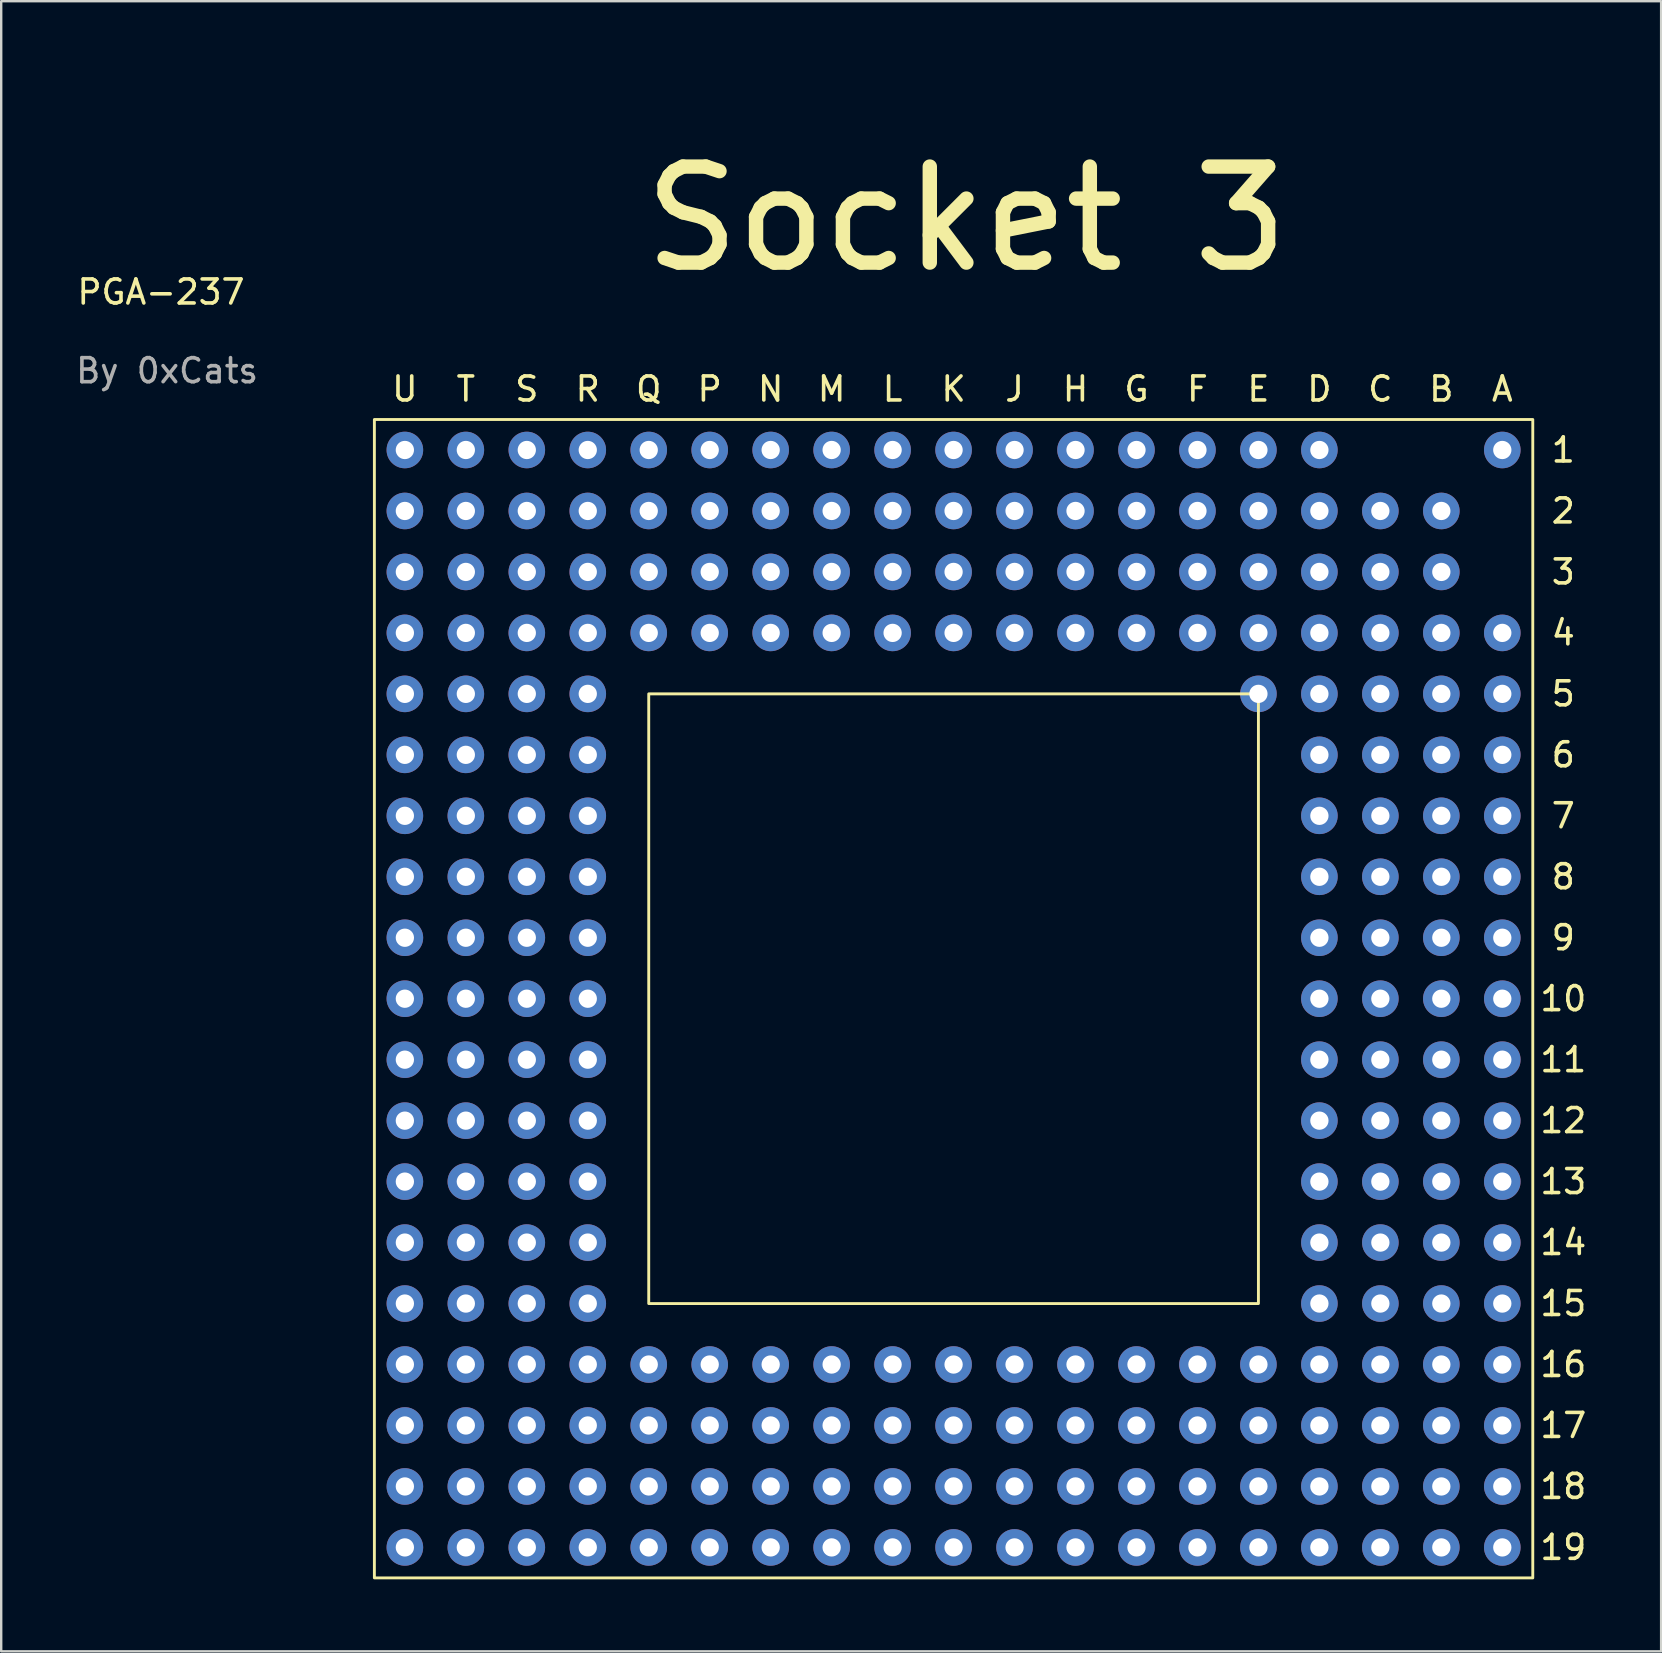
<source format=kicad_pcb>
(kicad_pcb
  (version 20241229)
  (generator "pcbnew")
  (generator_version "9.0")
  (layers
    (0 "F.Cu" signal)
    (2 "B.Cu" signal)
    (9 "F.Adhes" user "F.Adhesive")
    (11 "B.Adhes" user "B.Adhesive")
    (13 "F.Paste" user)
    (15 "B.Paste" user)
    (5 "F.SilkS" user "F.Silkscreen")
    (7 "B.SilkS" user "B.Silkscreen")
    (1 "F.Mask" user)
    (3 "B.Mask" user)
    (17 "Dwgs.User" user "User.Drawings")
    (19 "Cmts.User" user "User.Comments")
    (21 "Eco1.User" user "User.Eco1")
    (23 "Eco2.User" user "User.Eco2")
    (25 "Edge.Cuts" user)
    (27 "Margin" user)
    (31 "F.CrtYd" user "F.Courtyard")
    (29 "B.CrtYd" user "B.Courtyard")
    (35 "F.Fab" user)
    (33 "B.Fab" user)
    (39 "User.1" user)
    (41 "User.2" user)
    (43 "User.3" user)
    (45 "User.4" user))
  (footprint "PGA-237"
    (layer "F.Cu")
    (at 13.817 15.697)
    (property "Reference" "PGA-237" (at -10.16 -6.58 0) (unlocked yes) (layer "F.SilkS") (effects (font (size 1 1) (thickness 0.15))))
    (attr through_hole)
    (fp_rect (start -1.27 -1.27) (end 46.99 46.99) (stroke (width 0.12) (type solid)) (fill no) (layer "F.SilkS"))
    (fp_rect (start 10.16 10.16) (end 35.56 35.56) (stroke (width 0.12) (type solid)) (fill no) (layer "F.SilkS"))
    (fp_text user "5" (at 48.26 10.16 0) (unlocked yes) (layer "F.SilkS") (effects (font (size 1 1) (thickness 0.15))))
    (fp_text user "Socket 3" (at 23.393 -9.627 180) (layer "F.SilkS") (effects (font (size 4 4) (thickness 0.6))))
    (fp_text user "H" (at 27.94 -2.54 0) (unlocked yes) (layer "F.SilkS") (effects (font (size 1 1) (thickness 0.15))))
    (fp_text user "13" (at 48.26 30.48 0) (unlocked yes) (layer "F.SilkS") (effects (font (size 1 1) (thickness 0.15))))
    (fp_text user "18" (at 48.26 43.18 0) (unlocked yes) (layer "F.SilkS") (effects (font (size 1 1) (thickness 0.15))))
    (fp_text user "4" (at 48.26 7.62 0) (unlocked yes) (layer "F.SilkS") (effects (font (size 1 1) (thickness 0.15))))
    (fp_text user "R" (at 7.62 -2.54 0) (unlocked yes) (layer "F.SilkS") (effects (font (size 1 1) (thickness 0.15))))
    (fp_text user "14" (at 48.26 33.02 0) (unlocked yes) (layer "F.SilkS") (effects (font (size 1 1) (thickness 0.15))))
    (fp_text user "S" (at 5.08 -2.54 0) (unlocked yes) (layer "F.SilkS") (effects (font (size 1 1) (thickness 0.15))))
    (fp_text user "1" (at 48.26 0 0) (unlocked yes) (layer "F.SilkS") (effects (font (size 1 1) (thickness 0.15))))
    (fp_text user "16" (at 48.26 38.1 0) (unlocked yes) (layer "F.SilkS") (effects (font (size 1 1) (thickness 0.15))))
    (fp_text user "3" (at 48.26 5.08 0) (unlocked yes) (layer "F.SilkS") (effects (font (size 1 1) (thickness 0.15))))
    (fp_text user "6" (at 48.26 12.7 0) (unlocked yes) (layer "F.SilkS") (effects (font (size 1 1) (thickness 0.15))))
    (fp_text user "U" (at 0 -2.54 0) (unlocked yes) (layer "F.SilkS") (effects (font (size 1 1) (thickness 0.15))))
    (fp_text user "Q" (at 10.16 -2.54 0) (unlocked yes) (layer "F.SilkS") (effects (font (size 1 1) (thickness 0.15))))
    (fp_text user "15" (at 48.26 35.56 0) (unlocked yes) (layer "F.SilkS") (effects (font (size 1 1) (thickness 0.15))))
    (fp_text user "10" (at 48.26 22.86 0) (unlocked yes) (layer "F.SilkS") (effects (font (size 1 1) (thickness 0.15))))
    (fp_text user "L" (at 20.32 -2.54 0) (unlocked yes) (layer "F.SilkS") (effects (font (size 1 1) (thickness 0.15))))
    (fp_text user "9" (at 48.26 20.32 0) (unlocked yes) (layer "F.SilkS") (effects (font (size 1 1) (thickness 0.15))))
    (fp_text user "M" (at 17.78 -2.54 0) (unlocked yes) (layer "F.SilkS") (effects (font (size 1 1) (thickness 0.15))))
    (fp_text user "P" (at 12.7 -2.54 0) (unlocked yes) (layer "F.SilkS") (effects (font (size 1 1) (thickness 0.15))))
    (fp_text user "E" (at 35.56 -2.54 0) (unlocked yes) (layer "F.SilkS") (effects (font (size 1 1) (thickness 0.15))))
    (fp_text user "8" (at 48.26 17.78 0) (unlocked yes) (layer "F.SilkS") (effects (font (size 1 1) (thickness 0.15))))
    (fp_text user "17" (at 48.26 40.64 0) (unlocked yes) (layer "F.SilkS") (effects (font (size 1 1) (thickness 0.15))))
    (fp_text user "12" (at 48.26 27.94 0) (unlocked yes) (layer "F.SilkS") (effects (font (size 1 1) (thickness 0.15))))
    (fp_text user "G" (at 30.48 -2.54 0) (unlocked yes) (layer "F.SilkS") (effects (font (size 1 1) (thickness 0.15))))
    (fp_text user "2" (at 48.26 2.54 0) (unlocked yes) (layer "F.SilkS") (effects (font (size 1 1) (thickness 0.15))))
    (fp_text user "19" (at 48.26 45.72 0) (unlocked yes) (layer "F.SilkS") (effects (font (size 1 1) (thickness 0.15))))
    (fp_text user "11" (at 48.26 25.4 0) (unlocked yes) (layer "F.SilkS") (effects (font (size 1 1) (thickness 0.15))))
    (fp_text user "K" (at 22.86 -2.54 0) (unlocked yes) (layer "F.SilkS") (effects (font (size 1 1) (thickness 0.15))))
    (fp_text user "D" (at 38.1 -2.54 0) (unlocked yes) (layer "F.SilkS") (effects (font (size 1 1) (thickness 0.15))))
    (fp_text user "N" (at 15.24 -2.54 0) (unlocked yes) (layer "F.SilkS") (effects (font (size 1 1) (thickness 0.15))))
    (fp_text user "C" (at 40.64 -2.54 0) (unlocked yes) (layer "F.SilkS") (effects (font (size 1 1) (thickness 0.15))))
    (fp_text user "T" (at 2.54 -2.54 0) (unlocked yes) (layer "F.SilkS") (effects (font (size 1 1) (thickness 0.15))))
    (fp_text user "J" (at 25.4 -2.54 0) (unlocked yes) (layer "F.SilkS") (effects (font (size 1 1) (thickness 0.15))))
    (fp_text user "A" (at 45.72 -2.54 0) (unlocked yes) (layer "F.SilkS") (effects (font (size 1 1) (thickness 0.15))))
    (fp_text user "B" (at 43.18 -2.54 0) (unlocked yes) (layer "F.SilkS") (effects (font (size 1 1) (thickness 0.15))))
    (fp_text user "F" (at 33.02 -2.54 0) (unlocked yes) (layer "F.SilkS") (effects (font (size 1 1) (thickness 0.15))))
    (fp_text user "7" (at 48.26 15.24 0) (unlocked yes) (layer "F.SilkS") (effects (font (size 1 1) (thickness 0.15))))
    (fp_text user "By 0xCats" (at -9.906 -3.302 0) (unlocked yes) (layer "F.Fab") (effects (font (size 1 1) (thickness 0.15))))
    (pad "A1" thru_hole circle (at 45.72 0) (size 1.524 1.524) (drill 0.762) (layers "*.Cu" "*.Mask"))
    (pad "A4" thru_hole circle (at 45.72 7.62) (size 1.524 1.524) (drill 0.762) (layers "*.Cu" "*.Mask"))
    (pad "A5" thru_hole circle (at 45.72 10.16) (size 1.524 1.524) (drill 0.762) (layers "*.Cu" "*.Mask"))
    (pad "A6" thru_hole circle (at 45.72 12.7) (size 1.524 1.524) (drill 0.762) (layers "*.Cu" "*.Mask"))
    (pad "A7" thru_hole circle (at 45.72 15.24) (size 1.524 1.524) (drill 0.762) (layers "*.Cu" "*.Mask"))
    (pad "A8" thru_hole circle (at 45.72 17.78) (size 1.524 1.524) (drill 0.762) (layers "*.Cu" "*.Mask"))
    (pad "A9" thru_hole circle (at 45.72 20.32) (size 1.524 1.524) (drill 0.762) (layers "*.Cu" "*.Mask"))
    (pad "A10" thru_hole circle (at 45.72 22.86) (size 1.524 1.524) (drill 0.762) (layers "*.Cu" "*.Mask"))
    (pad "A11" thru_hole circle (at 45.72 25.4) (size 1.524 1.524) (drill 0.762) (layers "*.Cu" "*.Mask"))
    (pad "A12" thru_hole circle (at 45.72 27.94) (size 1.524 1.524) (drill 0.762) (layers "*.Cu" "*.Mask"))
    (pad "A13" thru_hole circle (at 45.72 30.48) (size 1.524 1.524) (drill 0.762) (layers "*.Cu" "*.Mask"))
    (pad "A14" thru_hole circle (at 45.72 33.02) (size 1.524 1.524) (drill 0.762) (layers "*.Cu" "*.Mask"))
    (pad "A15" thru_hole circle (at 45.72 35.56) (size 1.524 1.524) (drill 0.762) (layers "*.Cu" "*.Mask"))
    (pad "A16" thru_hole circle (at 45.72 38.1) (size 1.524 1.524) (drill 0.762) (layers "*.Cu" "*.Mask"))
    (pad "A17" thru_hole circle (at 45.72 40.64) (size 1.524 1.524) (drill 0.762) (layers "*.Cu" "*.Mask"))
    (pad "A18" thru_hole circle (at 45.72 43.18) (size 1.524 1.524) (drill 0.762) (layers "*.Cu" "*.Mask"))
    (pad "A19" thru_hole circle (at 45.72 45.72) (size 1.524 1.524) (drill 0.762) (layers "*.Cu" "*.Mask"))
    (pad "B2" thru_hole circle (at 43.18 2.54) (size 1.524 1.524) (drill 0.762) (layers "*.Cu" "*.Mask"))
    (pad "B3" thru_hole circle (at 43.18 5.08) (size 1.524 1.524) (drill 0.762) (layers "*.Cu" "*.Mask"))
    (pad "B4" thru_hole circle (at 43.18 7.62) (size 1.524 1.524) (drill 0.762) (layers "*.Cu" "*.Mask"))
    (pad "B5" thru_hole circle (at 43.18 10.16) (size 1.524 1.524) (drill 0.762) (layers "*.Cu" "*.Mask"))
    (pad "B6" thru_hole circle (at 43.18 12.7) (size 1.524 1.524) (drill 0.762) (layers "*.Cu" "*.Mask"))
    (pad "B7" thru_hole circle (at 43.18 15.24) (size 1.524 1.524) (drill 0.762) (layers "*.Cu" "*.Mask"))
    (pad "B8" thru_hole circle (at 43.18 17.78) (size 1.524 1.524) (drill 0.762) (layers "*.Cu" "*.Mask"))
    (pad "B9" thru_hole circle (at 43.18 20.32) (size 1.524 1.524) (drill 0.762) (layers "*.Cu" "*.Mask"))
    (pad "B10" thru_hole circle (at 43.18 22.86) (size 1.524 1.524) (drill 0.762) (layers "*.Cu" "*.Mask"))
    (pad "B11" thru_hole circle (at 43.18 25.4) (size 1.524 1.524) (drill 0.762) (layers "*.Cu" "*.Mask"))
    (pad "B12" thru_hole circle (at 43.18 27.94) (size 1.524 1.524) (drill 0.762) (layers "*.Cu" "*.Mask"))
    (pad "B13" thru_hole circle (at 43.18 30.48) (size 1.524 1.524) (drill 0.762) (layers "*.Cu" "*.Mask"))
    (pad "B14" thru_hole circle (at 43.18 33.02) (size 1.524 1.524) (drill 0.762) (layers "*.Cu" "*.Mask"))
    (pad "B15" thru_hole circle (at 43.18 35.56) (size 1.524 1.524) (drill 0.762) (layers "*.Cu" "*.Mask"))
    (pad "B16" thru_hole circle (at 43.18 38.1) (size 1.524 1.524) (drill 0.762) (layers "*.Cu" "*.Mask"))
    (pad "B17" thru_hole circle (at 43.18 40.64) (size 1.524 1.524) (drill 0.762) (layers "*.Cu" "*.Mask"))
    (pad "B18" thru_hole circle (at 43.18 43.18) (size 1.524 1.524) (drill 0.762) (layers "*.Cu" "*.Mask"))
    (pad "B19" thru_hole circle (at 43.18 45.72) (size 1.524 1.524) (drill 0.762) (layers "*.Cu" "*.Mask"))
    (pad "C2" thru_hole circle (at 40.64 2.54) (size 1.524 1.524) (drill 0.762) (layers "*.Cu" "*.Mask"))
    (pad "C3" thru_hole circle (at 40.64 5.08) (size 1.524 1.524) (drill 0.762) (layers "*.Cu" "*.Mask"))
    (pad "C4" thru_hole circle (at 40.64 7.62) (size 1.524 1.524) (drill 0.762) (layers "*.Cu" "*.Mask"))
    (pad "C5" thru_hole circle (at 40.64 10.16) (size 1.524 1.524) (drill 0.762) (layers "*.Cu" "*.Mask"))
    (pad "C6" thru_hole circle (at 40.64 12.7) (size 1.524 1.524) (drill 0.762) (layers "*.Cu" "*.Mask"))
    (pad "C7" thru_hole circle (at 40.64 15.24) (size 1.524 1.524) (drill 0.762) (layers "*.Cu" "*.Mask"))
    (pad "C8" thru_hole circle (at 40.64 17.78) (size 1.524 1.524) (drill 0.762) (layers "*.Cu" "*.Mask"))
    (pad "C9" thru_hole circle (at 40.64 20.32) (size 1.524 1.524) (drill 0.762) (layers "*.Cu" "*.Mask"))
    (pad "C10" thru_hole circle (at 40.64 22.86) (size 1.524 1.524) (drill 0.762) (layers "*.Cu" "*.Mask"))
    (pad "C11" thru_hole circle (at 40.64 25.4) (size 1.524 1.524) (drill 0.762) (layers "*.Cu" "*.Mask"))
    (pad "C12" thru_hole circle (at 40.64 27.94) (size 1.524 1.524) (drill 0.762) (layers "*.Cu" "*.Mask"))
    (pad "C13" thru_hole circle (at 40.64 30.48) (size 1.524 1.524) (drill 0.762) (layers "*.Cu" "*.Mask"))
    (pad "C14" thru_hole circle (at 40.64 33.02) (size 1.524 1.524) (drill 0.762) (layers "*.Cu" "*.Mask"))
    (pad "C15" thru_hole circle (at 40.64 35.56) (size 1.524 1.524) (drill 0.762) (layers "*.Cu" "*.Mask"))
    (pad "C16" thru_hole circle (at 40.64 38.1) (size 1.524 1.524) (drill 0.762) (layers "*.Cu" "*.Mask"))
    (pad "C17" thru_hole circle (at 40.64 40.64) (size 1.524 1.524) (drill 0.762) (layers "*.Cu" "*.Mask"))
    (pad "C18" thru_hole circle (at 40.64 43.18) (size 1.524 1.524) (drill 0.762) (layers "*.Cu" "*.Mask"))
    (pad "C19" thru_hole circle (at 40.64 45.72) (size 1.524 1.524) (drill 0.762) (layers "*.Cu" "*.Mask"))
    (pad "D1" thru_hole circle (at 38.1 0) (size 1.524 1.524) (drill 0.762) (layers "*.Cu" "*.Mask"))
    (pad "D2" thru_hole circle (at 38.1 2.54) (size 1.524 1.524) (drill 0.762) (layers "*.Cu" "*.Mask"))
    (pad "D3" thru_hole circle (at 38.1 5.08) (size 1.524 1.524) (drill 0.762) (layers "*.Cu" "*.Mask"))
    (pad "D4" thru_hole circle (at 38.1 7.62) (size 1.524 1.524) (drill 0.762) (layers "*.Cu" "*.Mask"))
    (pad "D5" thru_hole circle (at 38.1 10.16) (size 1.524 1.524) (drill 0.762) (layers "*.Cu" "*.Mask"))
    (pad "D6" thru_hole circle (at 38.1 12.7) (size 1.524 1.524) (drill 0.762) (layers "*.Cu" "*.Mask"))
    (pad "D7" thru_hole circle (at 38.1 15.24) (size 1.524 1.524) (drill 0.762) (layers "*.Cu" "*.Mask"))
    (pad "D8" thru_hole circle (at 38.1 17.78) (size 1.524 1.524) (drill 0.762) (layers "*.Cu" "*.Mask"))
    (pad "D9" thru_hole circle (at 38.1 20.32) (size 1.524 1.524) (drill 0.762) (layers "*.Cu" "*.Mask"))
    (pad "D10" thru_hole circle (at 38.1 22.86) (size 1.524 1.524) (drill 0.762) (layers "*.Cu" "*.Mask"))
    (pad "D11" thru_hole circle (at 38.1 25.4) (size 1.524 1.524) (drill 0.762) (layers "*.Cu" "*.Mask"))
    (pad "D12" thru_hole circle (at 38.1 27.94) (size 1.524 1.524) (drill 0.762) (layers "*.Cu" "*.Mask"))
    (pad "D13" thru_hole circle (at 38.1 30.48) (size 1.524 1.524) (drill 0.762) (layers "*.Cu" "*.Mask"))
    (pad "D14" thru_hole circle (at 38.1 33.02) (size 1.524 1.524) (drill 0.762) (layers "*.Cu" "*.Mask"))
    (pad "D15" thru_hole circle (at 38.1 35.56) (size 1.524 1.524) (drill 0.762) (layers "*.Cu" "*.Mask"))
    (pad "D16" thru_hole circle (at 38.1 38.1) (size 1.524 1.524) (drill 0.762) (layers "*.Cu" "*.Mask"))
    (pad "D17" thru_hole circle (at 38.1 40.64) (size 1.524 1.524) (drill 0.762) (layers "*.Cu" "*.Mask"))
    (pad "D18" thru_hole circle (at 38.1 43.18) (size 1.524 1.524) (drill 0.762) (layers "*.Cu" "*.Mask"))
    (pad "D19" thru_hole circle (at 38.1 45.72) (size 1.524 1.524) (drill 0.762) (layers "*.Cu" "*.Mask"))
    (pad "E1" thru_hole circle (at 35.56 0) (size 1.524 1.524) (drill 0.762) (layers "*.Cu" "*.Mask"))
    (pad "E2" thru_hole circle (at 35.56 2.54) (size 1.524 1.524) (drill 0.762) (layers "*.Cu" "*.Mask"))
    (pad "E3" thru_hole circle (at 35.56 5.08) (size 1.524 1.524) (drill 0.762) (layers "*.Cu" "*.Mask"))
    (pad "E4" thru_hole circle (at 35.56 7.62) (size 1.524 1.524) (drill 0.762) (layers "*.Cu" "*.Mask"))
    (pad "E5" thru_hole circle (at 35.56 10.16) (size 1.524 1.524) (drill 0.762) (layers "*.Cu" "*.Mask"))
    (pad "E16" thru_hole circle (at 35.56 38.1) (size 1.524 1.524) (drill 0.762) (layers "*.Cu" "*.Mask"))
    (pad "E17" thru_hole circle (at 35.56 40.64) (size 1.524 1.524) (drill 0.762) (layers "*.Cu" "*.Mask"))
    (pad "E18" thru_hole circle (at 35.56 43.18) (size 1.524 1.524) (drill 0.762) (layers "*.Cu" "*.Mask"))
    (pad "E19" thru_hole circle (at 35.56 45.72) (size 1.524 1.524) (drill 0.762) (layers "*.Cu" "*.Mask"))
    (pad "F1" thru_hole circle (at 33.02 0) (size 1.524 1.524) (drill 0.762) (layers "*.Cu" "*.Mask"))
    (pad "F2" thru_hole circle (at 33.02 2.54) (size 1.524 1.524) (drill 0.762) (layers "*.Cu" "*.Mask"))
    (pad "F3" thru_hole circle (at 33.02 5.08) (size 1.524 1.524) (drill 0.762) (layers "*.Cu" "*.Mask"))
    (pad "F4" thru_hole circle (at 33.02 7.62) (size 1.524 1.524) (drill 0.762) (layers "*.Cu" "*.Mask"))
    (pad "F16" thru_hole circle (at 33.02 38.1) (size 1.524 1.524) (drill 0.762) (layers "*.Cu" "*.Mask"))
    (pad "F17" thru_hole circle (at 33.02 40.64) (size 1.524 1.524) (drill 0.762) (layers "*.Cu" "*.Mask"))
    (pad "F18" thru_hole circle (at 33.02 43.18) (size 1.524 1.524) (drill 0.762) (layers "*.Cu" "*.Mask"))
    (pad "F19" thru_hole circle (at 33.02 45.72) (size 1.524 1.524) (drill 0.762) (layers "*.Cu" "*.Mask"))
    (pad "G1" thru_hole circle (at 30.48 0) (size 1.524 1.524) (drill 0.762) (layers "*.Cu" "*.Mask"))
    (pad "G2" thru_hole circle (at 30.48 2.54) (size 1.524 1.524) (drill 0.762) (layers "*.Cu" "*.Mask"))
    (pad "G3" thru_hole circle (at 30.48 5.08) (size 1.524 1.524) (drill 0.762) (layers "*.Cu" "*.Mask"))
    (pad "G4" thru_hole circle (at 30.48 7.62) (size 1.524 1.524) (drill 0.762) (layers "*.Cu" "*.Mask"))
    (pad "G16" thru_hole circle (at 30.48 38.1) (size 1.524 1.524) (drill 0.762) (layers "*.Cu" "*.Mask"))
    (pad "G17" thru_hole circle (at 30.48 40.64) (size 1.524 1.524) (drill 0.762) (layers "*.Cu" "*.Mask"))
    (pad "G18" thru_hole circle (at 30.48 43.18) (size 1.524 1.524) (drill 0.762) (layers "*.Cu" "*.Mask"))
    (pad "G19" thru_hole circle (at 30.48 45.72) (size 1.524 1.524) (drill 0.762) (layers "*.Cu" "*.Mask"))
    (pad "H1" thru_hole circle (at 27.94 0) (size 1.524 1.524) (drill 0.762) (layers "*.Cu" "*.Mask"))
    (pad "H2" thru_hole circle (at 27.94 2.54) (size 1.524 1.524) (drill 0.762) (layers "*.Cu" "*.Mask"))
    (pad "H3" thru_hole circle (at 27.94 5.08) (size 1.524 1.524) (drill 0.762) (layers "*.Cu" "*.Mask"))
    (pad "H4" thru_hole circle (at 27.94 7.62) (size 1.524 1.524) (drill 0.762) (layers "*.Cu" "*.Mask"))
    (pad "H16" thru_hole circle (at 27.94 38.1) (size 1.524 1.524) (drill 0.762) (layers "*.Cu" "*.Mask"))
    (pad "H17" thru_hole circle (at 27.94 40.64) (size 1.524 1.524) (drill 0.762) (layers "*.Cu" "*.Mask"))
    (pad "H18" thru_hole circle (at 27.94 43.18) (size 1.524 1.524) (drill 0.762) (layers "*.Cu" "*.Mask"))
    (pad "H19" thru_hole circle (at 27.94 45.72) (size 1.524 1.524) (drill 0.762) (layers "*.Cu" "*.Mask"))
    (pad "J1" thru_hole circle (at 25.4 0) (size 1.524 1.524) (drill 0.762) (layers "*.Cu" "*.Mask"))
    (pad "J2" thru_hole circle (at 25.4 2.54) (size 1.524 1.524) (drill 0.762) (layers "*.Cu" "*.Mask"))
    (pad "J3" thru_hole circle (at 25.4 5.08) (size 1.524 1.524) (drill 0.762) (layers "*.Cu" "*.Mask"))
    (pad "J4" thru_hole circle (at 25.4 7.62) (size 1.524 1.524) (drill 0.762) (layers "*.Cu" "*.Mask"))
    (pad "J16" thru_hole circle (at 25.4 38.1) (size 1.524 1.524) (drill 0.762) (layers "*.Cu" "*.Mask"))
    (pad "J17" thru_hole circle (at 25.4 40.64) (size 1.524 1.524) (drill 0.762) (layers "*.Cu" "*.Mask"))
    (pad "J18" thru_hole circle (at 25.4 43.18) (size 1.524 1.524) (drill 0.762) (layers "*.Cu" "*.Mask"))
    (pad "J19" thru_hole circle (at 25.4 45.72) (size 1.524 1.524) (drill 0.762) (layers "*.Cu" "*.Mask"))
    (pad "K1" thru_hole circle (at 22.86 0) (size 1.524 1.524) (drill 0.762) (layers "*.Cu" "*.Mask"))
    (pad "K2" thru_hole circle (at 22.86 2.54) (size 1.524 1.524) (drill 0.762) (layers "*.Cu" "*.Mask"))
    (pad "K3" thru_hole circle (at 22.86 5.08) (size 1.524 1.524) (drill 0.762) (layers "*.Cu" "*.Mask"))
    (pad "K4" thru_hole circle (at 22.86 7.62) (size 1.524 1.524) (drill 0.762) (layers "*.Cu" "*.Mask"))
    (pad "K16" thru_hole circle (at 22.86 38.1) (size 1.524 1.524) (drill 0.762) (layers "*.Cu" "*.Mask"))
    (pad "K17" thru_hole circle (at 22.86 40.64) (size 1.524 1.524) (drill 0.762) (layers "*.Cu" "*.Mask"))
    (pad "K18" thru_hole circle (at 22.86 43.18) (size 1.524 1.524) (drill 0.762) (layers "*.Cu" "*.Mask"))
    (pad "K19" thru_hole circle (at 22.86 45.72) (size 1.524 1.524) (drill 0.762) (layers "*.Cu" "*.Mask"))
    (pad "L1" thru_hole circle (at 20.32 0) (size 1.524 1.524) (drill 0.762) (layers "*.Cu" "*.Mask"))
    (pad "L2" thru_hole circle (at 20.32 2.54) (size 1.524 1.524) (drill 0.762) (layers "*.Cu" "*.Mask"))
    (pad "L3" thru_hole circle (at 20.32 5.08) (size 1.524 1.524) (drill 0.762) (layers "*.Cu" "*.Mask"))
    (pad "L4" thru_hole circle (at 20.32 7.62) (size 1.524 1.524) (drill 0.762) (layers "*.Cu" "*.Mask"))
    (pad "L16" thru_hole circle (at 20.32 38.1) (size 1.524 1.524) (drill 0.762) (layers "*.Cu" "*.Mask"))
    (pad "L17" thru_hole circle (at 20.32 40.64) (size 1.524 1.524) (drill 0.762) (layers "*.Cu" "*.Mask"))
    (pad "L18" thru_hole circle (at 20.32 43.18) (size 1.524 1.524) (drill 0.762) (layers "*.Cu" "*.Mask"))
    (pad "L19" thru_hole circle (at 20.32 45.72) (size 1.524 1.524) (drill 0.762) (layers "*.Cu" "*.Mask"))
    (pad "M1" thru_hole circle (at 17.78 0) (size 1.524 1.524) (drill 0.762) (layers "*.Cu" "*.Mask"))
    (pad "M2" thru_hole circle (at 17.78 2.54) (size 1.524 1.524) (drill 0.762) (layers "*.Cu" "*.Mask"))
    (pad "M3" thru_hole circle (at 17.78 5.08) (size 1.524 1.524) (drill 0.762) (layers "*.Cu" "*.Mask"))
    (pad "M4" thru_hole circle (at 17.78 7.62) (size 1.524 1.524) (drill 0.762) (layers "*.Cu" "*.Mask"))
    (pad "M16" thru_hole circle (at 17.78 38.1) (size 1.524 1.524) (drill 0.762) (layers "*.Cu" "*.Mask"))
    (pad "M17" thru_hole circle (at 17.78 40.64) (size 1.524 1.524) (drill 0.762) (layers "*.Cu" "*.Mask"))
    (pad "M18" thru_hole circle (at 17.78 43.18) (size 1.524 1.524) (drill 0.762) (layers "*.Cu" "*.Mask"))
    (pad "M19" thru_hole circle (at 17.78 45.72) (size 1.524 1.524) (drill 0.762) (layers "*.Cu" "*.Mask"))
    (pad "N1" thru_hole circle (at 15.24 0) (size 1.524 1.524) (drill 0.762) (layers "*.Cu" "*.Mask"))
    (pad "N2" thru_hole circle (at 15.24 2.54) (size 1.524 1.524) (drill 0.762) (layers "*.Cu" "*.Mask"))
    (pad "N3" thru_hole circle (at 15.24 5.08) (size 1.524 1.524) (drill 0.762) (layers "*.Cu" "*.Mask"))
    (pad "N4" thru_hole circle (at 15.24 7.62) (size 1.524 1.524) (drill 0.762) (layers "*.Cu" "*.Mask"))
    (pad "N16" thru_hole circle (at 15.24 38.1) (size 1.524 1.524) (drill 0.762) (layers "*.Cu" "*.Mask"))
    (pad "N17" thru_hole circle (at 15.24 40.64) (size 1.524 1.524) (drill 0.762) (layers "*.Cu" "*.Mask"))
    (pad "N18" thru_hole circle (at 15.24 43.18) (size 1.524 1.524) (drill 0.762) (layers "*.Cu" "*.Mask"))
    (pad "N19" thru_hole circle (at 15.24 45.72) (size 1.524 1.524) (drill 0.762) (layers "*.Cu" "*.Mask"))
    (pad "P1" thru_hole circle (at 12.7 0) (size 1.524 1.524) (drill 0.762) (layers "*.Cu" "*.Mask"))
    (pad "P2" thru_hole circle (at 12.7 2.54) (size 1.524 1.524) (drill 0.762) (layers "*.Cu" "*.Mask"))
    (pad "P3" thru_hole circle (at 12.7 5.08) (size 1.524 1.524) (drill 0.762) (layers "*.Cu" "*.Mask"))
    (pad "P4" thru_hole circle (at 12.7 7.62) (size 1.524 1.524) (drill 0.762) (layers "*.Cu" "*.Mask"))
    (pad "P16" thru_hole circle (at 12.7 38.1) (size 1.524 1.524) (drill 0.762) (layers "*.Cu" "*.Mask"))
    (pad "P17" thru_hole circle (at 12.7 40.64) (size 1.524 1.524) (drill 0.762) (layers "*.Cu" "*.Mask"))
    (pad "P18" thru_hole circle (at 12.7 43.18) (size 1.524 1.524) (drill 0.762) (layers "*.Cu" "*.Mask"))
    (pad "P19" thru_hole circle (at 12.7 45.72) (size 1.524 1.524) (drill 0.762) (layers "*.Cu" "*.Mask"))
    (pad "Q1" thru_hole circle (at 10.16 0) (size 1.524 1.524) (drill 0.762) (layers "*.Cu" "*.Mask"))
    (pad "Q2" thru_hole circle (at 10.16 2.54) (size 1.524 1.524) (drill 0.762) (layers "*.Cu" "*.Mask"))
    (pad "Q3" thru_hole circle (at 10.16 5.08) (size 1.524 1.524) (drill 0.762) (layers "*.Cu" "*.Mask"))
    (pad "Q4" thru_hole circle (at 10.16 7.62) (size 1.524 1.524) (drill 0.762) (layers "*.Cu" "*.Mask"))
    (pad "Q16" thru_hole circle (at 10.16 38.1) (size 1.524 1.524) (drill 0.762) (layers "*.Cu" "*.Mask"))
    (pad "Q17" thru_hole circle (at 10.16 40.64) (size 1.524 1.524) (drill 0.762) (layers "*.Cu" "*.Mask"))
    (pad "Q18" thru_hole circle (at 10.16 43.18) (size 1.524 1.524) (drill 0.762) (layers "*.Cu" "*.Mask"))
    (pad "Q19" thru_hole circle (at 10.16 45.72) (size 1.524 1.524) (drill 0.762) (layers "*.Cu" "*.Mask"))
    (pad "R1" thru_hole circle (at 7.62 0) (size 1.524 1.524) (drill 0.762) (layers "*.Cu" "*.Mask"))
    (pad "R2" thru_hole circle (at 7.62 2.54) (size 1.524 1.524) (drill 0.762) (layers "*.Cu" "*.Mask"))
    (pad "R3" thru_hole circle (at 7.62 5.08) (size 1.524 1.524) (drill 0.762) (layers "*.Cu" "*.Mask"))
    (pad "R4" thru_hole circle (at 7.62 7.62) (size 1.524 1.524) (drill 0.762) (layers "*.Cu" "*.Mask"))
    (pad "R5" thru_hole circle (at 7.62 10.16) (size 1.524 1.524) (drill 0.762) (layers "*.Cu" "*.Mask"))
    (pad "R6" thru_hole circle (at 7.62 12.7) (size 1.524 1.524) (drill 0.762) (layers "*.Cu" "*.Mask"))
    (pad "R7" thru_hole circle (at 7.62 15.24) (size 1.524 1.524) (drill 0.762) (layers "*.Cu" "*.Mask"))
    (pad "R8" thru_hole circle (at 7.62 17.78) (size 1.524 1.524) (drill 0.762) (layers "*.Cu" "*.Mask"))
    (pad "R9" thru_hole circle (at 7.62 20.32) (size 1.524 1.524) (drill 0.762) (layers "*.Cu" "*.Mask"))
    (pad "R10" thru_hole circle (at 7.62 22.86) (size 1.524 1.524) (drill 0.762) (layers "*.Cu" "*.Mask"))
    (pad "R11" thru_hole circle (at 7.62 25.4) (size 1.524 1.524) (drill 0.762) (layers "*.Cu" "*.Mask"))
    (pad "R12" thru_hole circle (at 7.62 27.94) (size 1.524 1.524) (drill 0.762) (layers "*.Cu" "*.Mask"))
    (pad "R13" thru_hole circle (at 7.62 30.48) (size 1.524 1.524) (drill 0.762) (layers "*.Cu" "*.Mask"))
    (pad "R14" thru_hole circle (at 7.62 33.02) (size 1.524 1.524) (drill 0.762) (layers "*.Cu" "*.Mask"))
    (pad "R15" thru_hole circle (at 7.62 35.56) (size 1.524 1.524) (drill 0.762) (layers "*.Cu" "*.Mask"))
    (pad "R16" thru_hole circle (at 7.62 38.1) (size 1.524 1.524) (drill 0.762) (layers "*.Cu" "*.Mask"))
    (pad "R17" thru_hole circle (at 7.62 40.64) (size 1.524 1.524) (drill 0.762) (layers "*.Cu" "*.Mask"))
    (pad "R18" thru_hole circle (at 7.62 43.18) (size 1.524 1.524) (drill 0.762) (layers "*.Cu" "*.Mask"))
    (pad "R19" thru_hole circle (at 7.62 45.72) (size 1.524 1.524) (drill 0.762) (layers "*.Cu" "*.Mask"))
    (pad "S1" thru_hole circle (at 5.08 0) (size 1.524 1.524) (drill 0.762) (layers "*.Cu" "*.Mask"))
    (pad "S2" thru_hole circle (at 5.08 2.54) (size 1.524 1.524) (drill 0.762) (layers "*.Cu" "*.Mask"))
    (pad "S3" thru_hole circle (at 5.08 5.08) (size 1.524 1.524) (drill 0.762) (layers "*.Cu" "*.Mask"))
    (pad "S4" thru_hole circle (at 5.08 7.62) (size 1.524 1.524) (drill 0.762) (layers "*.Cu" "*.Mask"))
    (pad "S5" thru_hole circle (at 5.08 10.16) (size 1.524 1.524) (drill 0.762) (layers "*.Cu" "*.Mask"))
    (pad "S6" thru_hole circle (at 5.08 12.7) (size 1.524 1.524) (drill 0.762) (layers "*.Cu" "*.Mask"))
    (pad "S7" thru_hole circle (at 5.08 15.24) (size 1.524 1.524) (drill 0.762) (layers "*.Cu" "*.Mask"))
    (pad "S8" thru_hole circle (at 5.08 17.78) (size 1.524 1.524) (drill 0.762) (layers "*.Cu" "*.Mask"))
    (pad "S9" thru_hole circle (at 5.08 20.32) (size 1.524 1.524) (drill 0.762) (layers "*.Cu" "*.Mask"))
    (pad "S10" thru_hole circle (at 5.08 22.86) (size 1.524 1.524) (drill 0.762) (layers "*.Cu" "*.Mask"))
    (pad "S11" thru_hole circle (at 5.08 25.4) (size 1.524 1.524) (drill 0.762) (layers "*.Cu" "*.Mask"))
    (pad "S12" thru_hole circle (at 5.08 27.94) (size 1.524 1.524) (drill 0.762) (layers "*.Cu" "*.Mask"))
    (pad "S13" thru_hole circle (at 5.08 30.48) (size 1.524 1.524) (drill 0.762) (layers "*.Cu" "*.Mask"))
    (pad "S14" thru_hole circle (at 5.08 33.02) (size 1.524 1.524) (drill 0.762) (layers "*.Cu" "*.Mask"))
    (pad "S15" thru_hole circle (at 5.08 35.56) (size 1.524 1.524) (drill 0.762) (layers "*.Cu" "*.Mask"))
    (pad "S16" thru_hole circle (at 5.08 38.1) (size 1.524 1.524) (drill 0.762) (layers "*.Cu" "*.Mask"))
    (pad "S17" thru_hole circle (at 5.08 40.64) (size 1.524 1.524) (drill 0.762) (layers "*.Cu" "*.Mask"))
    (pad "S18" thru_hole circle (at 5.08 43.18) (size 1.524 1.524) (drill 0.762) (layers "*.Cu" "*.Mask"))
    (pad "S19" thru_hole circle (at 5.08 45.72) (size 1.524 1.524) (drill 0.762) (layers "*.Cu" "*.Mask"))
    (pad "T1" thru_hole circle (at 2.54 0) (size 1.524 1.524) (drill 0.762) (layers "*.Cu" "*.Mask"))
    (pad "T2" thru_hole circle (at 2.54 2.54) (size 1.524 1.524) (drill 0.762) (layers "*.Cu" "*.Mask"))
    (pad "T3" thru_hole circle (at 2.54 5.08) (size 1.524 1.524) (drill 0.762) (layers "*.Cu" "*.Mask"))
    (pad "T4" thru_hole circle (at 2.54 7.62) (size 1.524 1.524) (drill 0.762) (layers "*.Cu" "*.Mask"))
    (pad "T5" thru_hole circle (at 2.54 10.16) (size 1.524 1.524) (drill 0.762) (layers "*.Cu" "*.Mask"))
    (pad "T6" thru_hole circle (at 2.54 12.7) (size 1.524 1.524) (drill 0.762) (layers "*.Cu" "*.Mask"))
    (pad "T7" thru_hole circle (at 2.54 15.24) (size 1.524 1.524) (drill 0.762) (layers "*.Cu" "*.Mask"))
    (pad "T8" thru_hole circle (at 2.54 17.78) (size 1.524 1.524) (drill 0.762) (layers "*.Cu" "*.Mask"))
    (pad "T9" thru_hole circle (at 2.54 20.32) (size 1.524 1.524) (drill 0.762) (layers "*.Cu" "*.Mask"))
    (pad "T10" thru_hole circle (at 2.54 22.86) (size 1.524 1.524) (drill 0.762) (layers "*.Cu" "*.Mask"))
    (pad "T11" thru_hole circle (at 2.54 25.4) (size 1.524 1.524) (drill 0.762) (layers "*.Cu" "*.Mask"))
    (pad "T12" thru_hole circle (at 2.54 27.94) (size 1.524 1.524) (drill 0.762) (layers "*.Cu" "*.Mask"))
    (pad "T13" thru_hole circle (at 2.54 30.48) (size 1.524 1.524) (drill 0.762) (layers "*.Cu" "*.Mask"))
    (pad "T14" thru_hole circle (at 2.54 33.02) (size 1.524 1.524) (drill 0.762) (layers "*.Cu" "*.Mask"))
    (pad "T15" thru_hole circle (at 2.54 35.56) (size 1.524 1.524) (drill 0.762) (layers "*.Cu" "*.Mask"))
    (pad "T16" thru_hole circle (at 2.54 38.1) (size 1.524 1.524) (drill 0.762) (layers "*.Cu" "*.Mask"))
    (pad "T17" thru_hole circle (at 2.54 40.64) (size 1.524 1.524) (drill 0.762) (layers "*.Cu" "*.Mask"))
    (pad "T18" thru_hole circle (at 2.54 43.18) (size 1.524 1.524) (drill 0.762) (layers "*.Cu" "*.Mask"))
    (pad "T19" thru_hole circle (at 2.54 45.72) (size 1.524 1.524) (drill 0.762) (layers "*.Cu" "*.Mask"))
    (pad "U1" thru_hole circle (at 0 0) (size 1.524 1.524) (drill 0.762) (layers "*.Cu" "*.Mask"))
    (pad "U2" thru_hole circle (at 0 2.54) (size 1.524 1.524) (drill 0.762) (layers "*.Cu" "*.Mask"))
    (pad "U3" thru_hole circle (at 0 5.08) (size 1.524 1.524) (drill 0.762) (layers "*.Cu" "*.Mask"))
    (pad "U4" thru_hole circle (at 0 7.62) (size 1.524 1.524) (drill 0.762) (layers "*.Cu" "*.Mask"))
    (pad "U5" thru_hole circle (at 0 10.16) (size 1.524 1.524) (drill 0.762) (layers "*.Cu" "*.Mask"))
    (pad "U6" thru_hole circle (at 0 12.7) (size 1.524 1.524) (drill 0.762) (layers "*.Cu" "*.Mask"))
    (pad "U7" thru_hole circle (at 0 15.24) (size 1.524 1.524) (drill 0.762) (layers "*.Cu" "*.Mask"))
    (pad "U8" thru_hole circle (at 0 17.78) (size 1.524 1.524) (drill 0.762) (layers "*.Cu" "*.Mask"))
    (pad "U9" thru_hole circle (at 0 20.32) (size 1.524 1.524) (drill 0.762) (layers "*.Cu" "*.Mask"))
    (pad "U10" thru_hole circle (at 0 22.86) (size 1.524 1.524) (drill 0.762) (layers "*.Cu" "*.Mask"))
    (pad "U11" thru_hole circle (at 0 25.4) (size 1.524 1.524) (drill 0.762) (layers "*.Cu" "*.Mask"))
    (pad "U12" thru_hole circle (at 0 27.94) (size 1.524 1.524) (drill 0.762) (layers "*.Cu" "*.Mask"))
    (pad "U13" thru_hole circle (at 0 30.48) (size 1.524 1.524) (drill 0.762) (layers "*.Cu" "*.Mask"))
    (pad "U14" thru_hole circle (at 0 33.02) (size 1.524 1.524) (drill 0.762) (layers "*.Cu" "*.Mask"))
    (pad "U15" thru_hole circle (at 0 35.56) (size 1.524 1.524) (drill 0.762) (layers "*.Cu" "*.Mask"))
    (pad "U16" thru_hole circle (at 0 38.1) (size 1.524 1.524) (drill 0.762) (layers "*.Cu" "*.Mask"))
    (pad "U17" thru_hole circle (at 0 40.64) (size 1.524 1.524) (drill 0.762) (layers "*.Cu" "*.Mask"))
    (pad "U18" thru_hole circle (at 0 43.18) (size 1.524 1.524) (drill 0.762) (layers "*.Cu" "*.Mask"))
    (pad "U19" thru_hole circle (at 0 45.72) (size 1.524 1.524) (drill 0.762) (layers "*.Cu" "*.Mask"))
    (zone (net_name "") (layer "F.Cu") (hatch full 0.508) (connect_pads) (min_thickness 0.254) (filled_areas_thickness no) (keepout (tracks allowed) (vias allowed) (pads not_allowed) (copperpour allowed) (footprints not_allowed)) (placement (enabled no)) (fill) (polygon (pts (xy 12.547 0) (xy 60.807 0) (xy 60.807 62.687) (xy 12.547 62.687))) (polygon (pts (xy 49.377 28.397) (xy 46.837 25.857) (xy 23.977 25.857) (xy 23.977 51.257) (xy 49.377 51.257)))))
  (gr_rect
    (start -3 -3)
    (end 66.154 65.747)
    (stroke (width 0.1) (type default))
    (fill no)
    (layer "Edge.Cuts")))
</source>
